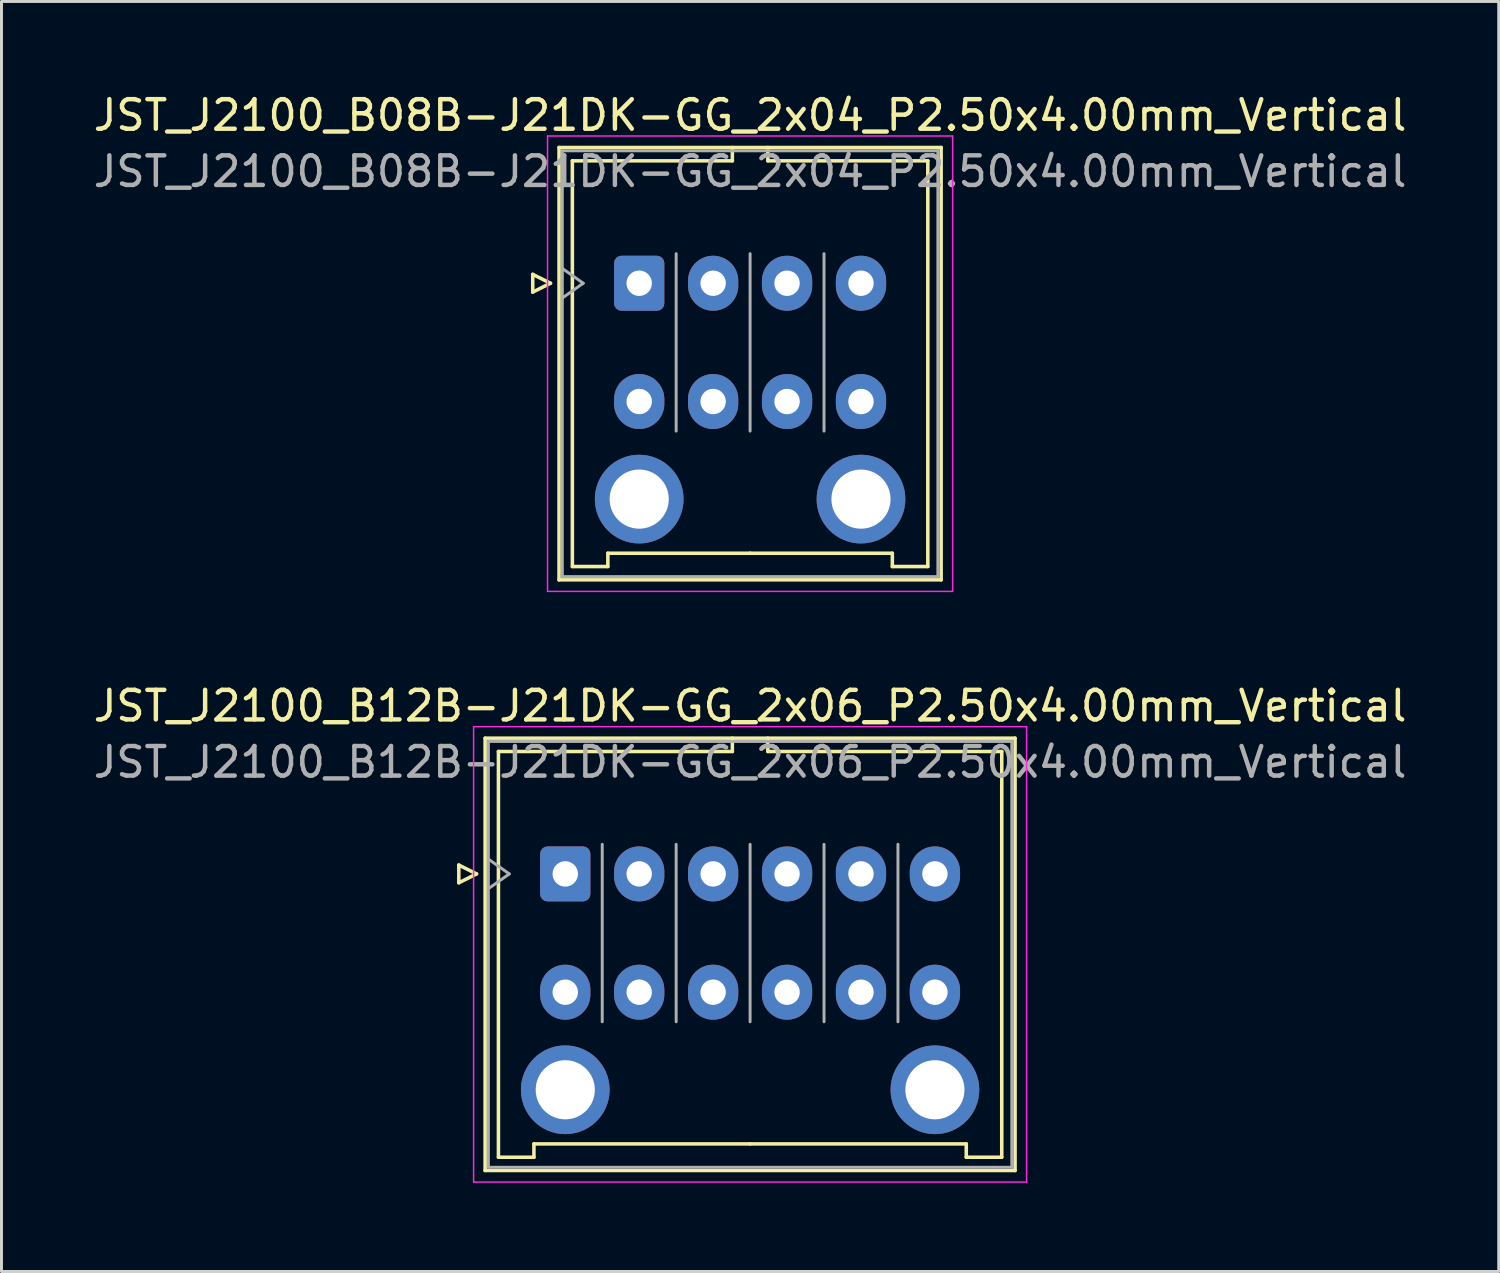
<source format=kicad_pcb>
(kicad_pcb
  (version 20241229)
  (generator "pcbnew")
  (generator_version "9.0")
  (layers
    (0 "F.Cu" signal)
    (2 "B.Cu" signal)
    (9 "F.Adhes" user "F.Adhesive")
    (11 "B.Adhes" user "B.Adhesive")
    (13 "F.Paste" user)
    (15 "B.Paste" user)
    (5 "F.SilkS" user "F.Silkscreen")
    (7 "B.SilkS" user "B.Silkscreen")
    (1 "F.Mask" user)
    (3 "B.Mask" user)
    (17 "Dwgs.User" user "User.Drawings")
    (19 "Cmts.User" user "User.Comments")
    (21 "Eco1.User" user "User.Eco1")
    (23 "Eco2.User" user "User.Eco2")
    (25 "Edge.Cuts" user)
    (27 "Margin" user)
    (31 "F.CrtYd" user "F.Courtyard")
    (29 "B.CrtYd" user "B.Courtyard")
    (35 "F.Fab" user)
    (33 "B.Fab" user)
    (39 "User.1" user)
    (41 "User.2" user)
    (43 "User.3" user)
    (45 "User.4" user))
  (footprint "JST_J2100_B08B-J21DK-GG_2x04_P2.50x4.00mm_Vertical"
    (layer "F.Cu")
    (at 18.565 6.528)
    (property "Reference" "JST_J2100_B08B-J21DK-GG_2x04_P2.50x4.00mm_Vertical" (at 3.75 -5.68 0) (layer "F.SilkS") (effects (font (size 1 1) (thickness 0.15))))
    (attr through_hole)
    (fp_line (start -3.6 -0.3) (end -3 0) (stroke (width 0.12) (type solid)) (layer "F.SilkS"))
    (fp_line (start -3.6 0.3) (end -3.6 -0.3) (stroke (width 0.12) (type solid)) (layer "F.SilkS"))
    (fp_line (start -3 0) (end -3.6 0.3) (stroke (width 0.12) (type solid)) (layer "F.SilkS"))
    (fp_line (start -2.71 -4.59) (end -2.71 10.03) (stroke (width 0.12) (type solid)) (layer "F.SilkS"))
    (fp_line (start -2.71 10.03) (end 10.21 10.03) (stroke (width 0.12) (type solid)) (layer "F.SilkS"))
    (fp_line (start -2.26 -4.14) (end -2.26 9.58) (stroke (width 0.12) (type solid)) (layer "F.SilkS"))
    (fp_line (start -2.26 9.58) (end -1.06 9.58) (stroke (width 0.12) (type solid)) (layer "F.SilkS"))
    (fp_line (start -1.06 9.13) (end 3.75 9.13) (stroke (width 0.12) (type solid)) (layer "F.SilkS"))
    (fp_line (start -1.06 9.58) (end -1.06 9.13) (stroke (width 0.12) (type solid)) (layer "F.SilkS"))
    (fp_line (start 3.15 -4.59) (end 3.15 -4.14) (stroke (width 0.12) (type solid)) (layer "F.SilkS"))
    (fp_line (start 3.15 -4.14) (end -2.26 -4.14) (stroke (width 0.12) (type solid)) (layer "F.SilkS"))
    (fp_line (start 4.35 -4.59) (end 4.35 -4.14) (stroke (width 0.12) (type solid)) (layer "F.SilkS"))
    (fp_line (start 4.35 -4.14) (end 9.76 -4.14) (stroke (width 0.12) (type solid)) (layer "F.SilkS"))
    (fp_line (start 8.56 9.13) (end 3.75 9.13) (stroke (width 0.12) (type solid)) (layer "F.SilkS"))
    (fp_line (start 8.56 9.58) (end 8.56 9.13) (stroke (width 0.12) (type solid)) (layer "F.SilkS"))
    (fp_line (start 9.76 -4.14) (end 9.76 9.58) (stroke (width 0.12) (type solid)) (layer "F.SilkS"))
    (fp_line (start 9.76 9.58) (end 8.56 9.58) (stroke (width 0.12) (type solid)) (layer "F.SilkS"))
    (fp_line (start 10.21 -4.59) (end -2.71 -4.59) (stroke (width 0.12) (type solid)) (layer "F.SilkS"))
    (fp_line (start 10.21 10.03) (end 10.21 -4.59) (stroke (width 0.12) (type solid)) (layer "F.SilkS"))
    (fp_line (start -3.1 -4.98) (end -3.1 10.42) (stroke (width 0.05) (type solid)) (layer "F.CrtYd"))
    (fp_line (start -3.1 10.42) (end 10.6 10.42) (stroke (width 0.05) (type solid)) (layer "F.CrtYd"))
    (fp_line (start 10.6 -4.98) (end -3.1 -4.98) (stroke (width 0.05) (type solid)) (layer "F.CrtYd"))
    (fp_line (start 10.6 10.42) (end 10.6 -4.98) (stroke (width 0.05) (type solid)) (layer "F.CrtYd"))
    (fp_line (start -2.6 -4.48) (end -2.6 9.92) (stroke (width 0.1) (type solid)) (layer "F.Fab"))
    (fp_line (start -2.6 0.5) (end -1.893 0) (stroke (width 0.1) (type solid)) (layer "F.Fab"))
    (fp_line (start -2.6 9.92) (end 10.1 9.92) (stroke (width 0.1) (type solid)) (layer "F.Fab"))
    (fp_line (start -1.893 0) (end -2.6 -0.5) (stroke (width 0.1) (type solid)) (layer "F.Fab"))
    (fp_line (start 1.25 5) (end 1.25 -1) (stroke (width 0.1) (type solid)) (layer "F.Fab"))
    (fp_line (start 3.75 5) (end 3.75 -1) (stroke (width 0.1) (type solid)) (layer "F.Fab"))
    (fp_line (start 6.25 5) (end 6.25 -1) (stroke (width 0.1) (type solid)) (layer "F.Fab"))
    (fp_line (start 10.1 -4.48) (end -2.6 -4.48) (stroke (width 0.1) (type solid)) (layer "F.Fab"))
    (fp_line (start 10.1 9.92) (end 10.1 -4.48) (stroke (width 0.1) (type solid)) (layer "F.Fab"))
    (fp_text user "${REFERENCE}" (at 3.75 -3.78 0) (layer "F.Fab") (effects (font (size 1 1) (thickness 0.15))))
    (pad "" thru_hole circle (at 0 7.3) (size 3 3) (drill 2) (layers "*.Cu" "*.Mask"))
    (pad "" thru_hole circle (at 7.5 7.3) (size 3 3) (drill 2) (layers "*.Cu" "*.Mask"))
    (pad "a1" thru_hole roundrect (at 0 0) (size 1.7 1.86) (drill 0.86) (layers "*.Cu" "*.Mask") (roundrect_rratio 0.147))
    (pad "a2" thru_hole oval (at 2.5 0) (size 1.7 1.86) (drill 0.86) (layers "*.Cu" "*.Mask"))
    (pad "a3" thru_hole oval (at 5 0) (size 1.7 1.86) (drill 0.86) (layers "*.Cu" "*.Mask"))
    (pad "a4" thru_hole oval (at 7.5 0) (size 1.7 1.86) (drill 0.86) (layers "*.Cu" "*.Mask"))
    (pad "b1" thru_hole oval (at 0 4) (size 1.7 1.86) (drill 0.86) (layers "*.Cu" "*.Mask"))
    (pad "b2" thru_hole oval (at 2.5 4) (size 1.7 1.86) (drill 0.86) (layers "*.Cu" "*.Mask"))
    (pad "b3" thru_hole oval (at 5 4) (size 1.7 1.86) (drill 0.86) (layers "*.Cu" "*.Mask"))
    (pad "b4" thru_hole oval (at 7.5 4) (size 1.7 1.86) (drill 0.86) (layers "*.Cu" "*.Mask")))
  (footprint "JST_J2100_B12B-J21DK-GG_2x06_P2.50x4.00mm_Vertical"
    (layer "F.Cu")
    (at 16.065 26.502)
    (property "Reference" "JST_J2100_B12B-J21DK-GG_2x06_P2.50x4.00mm_Vertical" (at 6.25 -5.68 0) (layer "F.SilkS") (effects (font (size 1 1) (thickness 0.15))))
    (attr through_hole)
    (fp_line (start -3.6 -0.3) (end -3 0) (stroke (width 0.12) (type solid)) (layer "F.SilkS"))
    (fp_line (start -3.6 0.3) (end -3.6 -0.3) (stroke (width 0.12) (type solid)) (layer "F.SilkS"))
    (fp_line (start -3 0) (end -3.6 0.3) (stroke (width 0.12) (type solid)) (layer "F.SilkS"))
    (fp_line (start -2.71 -4.59) (end -2.71 10.03) (stroke (width 0.12) (type solid)) (layer "F.SilkS"))
    (fp_line (start -2.71 10.03) (end 15.21 10.03) (stroke (width 0.12) (type solid)) (layer "F.SilkS"))
    (fp_line (start -2.26 -4.14) (end -2.26 9.58) (stroke (width 0.12) (type solid)) (layer "F.SilkS"))
    (fp_line (start -2.26 9.58) (end -1.06 9.58) (stroke (width 0.12) (type solid)) (layer "F.SilkS"))
    (fp_line (start -1.06 9.13) (end 6.25 9.13) (stroke (width 0.12) (type solid)) (layer "F.SilkS"))
    (fp_line (start -1.06 9.58) (end -1.06 9.13) (stroke (width 0.12) (type solid)) (layer "F.SilkS"))
    (fp_line (start 5.65 -4.59) (end 5.65 -4.14) (stroke (width 0.12) (type solid)) (layer "F.SilkS"))
    (fp_line (start 5.65 -4.14) (end -2.26 -4.14) (stroke (width 0.12) (type solid)) (layer "F.SilkS"))
    (fp_line (start 6.85 -4.59) (end 6.85 -4.14) (stroke (width 0.12) (type solid)) (layer "F.SilkS"))
    (fp_line (start 6.85 -4.14) (end 14.76 -4.14) (stroke (width 0.12) (type solid)) (layer "F.SilkS"))
    (fp_line (start 13.56 9.13) (end 6.25 9.13) (stroke (width 0.12) (type solid)) (layer "F.SilkS"))
    (fp_line (start 13.56 9.58) (end 13.56 9.13) (stroke (width 0.12) (type solid)) (layer "F.SilkS"))
    (fp_line (start 14.76 -4.14) (end 14.76 9.58) (stroke (width 0.12) (type solid)) (layer "F.SilkS"))
    (fp_line (start 14.76 9.58) (end 13.56 9.58) (stroke (width 0.12) (type solid)) (layer "F.SilkS"))
    (fp_line (start 15.21 -4.59) (end -2.71 -4.59) (stroke (width 0.12) (type solid)) (layer "F.SilkS"))
    (fp_line (start 15.21 10.03) (end 15.21 -4.59) (stroke (width 0.12) (type solid)) (layer "F.SilkS"))
    (fp_line (start -3.1 -4.98) (end -3.1 10.42) (stroke (width 0.05) (type solid)) (layer "F.CrtYd"))
    (fp_line (start -3.1 10.42) (end 15.6 10.42) (stroke (width 0.05) (type solid)) (layer "F.CrtYd"))
    (fp_line (start 15.6 -4.98) (end -3.1 -4.98) (stroke (width 0.05) (type solid)) (layer "F.CrtYd"))
    (fp_line (start 15.6 10.42) (end 15.6 -4.98) (stroke (width 0.05) (type solid)) (layer "F.CrtYd"))
    (fp_line (start -2.6 -4.48) (end -2.6 9.92) (stroke (width 0.1) (type solid)) (layer "F.Fab"))
    (fp_line (start -2.6 0.5) (end -1.893 0) (stroke (width 0.1) (type solid)) (layer "F.Fab"))
    (fp_line (start -2.6 9.92) (end 15.1 9.92) (stroke (width 0.1) (type solid)) (layer "F.Fab"))
    (fp_line (start -1.893 0) (end -2.6 -0.5) (stroke (width 0.1) (type solid)) (layer "F.Fab"))
    (fp_line (start 1.25 5) (end 1.25 -1) (stroke (width 0.1) (type solid)) (layer "F.Fab"))
    (fp_line (start 3.75 5) (end 3.75 -1) (stroke (width 0.1) (type solid)) (layer "F.Fab"))
    (fp_line (start 6.25 5) (end 6.25 -1) (stroke (width 0.1) (type solid)) (layer "F.Fab"))
    (fp_line (start 8.75 5) (end 8.75 -1) (stroke (width 0.1) (type solid)) (layer "F.Fab"))
    (fp_line (start 11.25 5) (end 11.25 -1) (stroke (width 0.1) (type solid)) (layer "F.Fab"))
    (fp_line (start 15.1 -4.48) (end -2.6 -4.48) (stroke (width 0.1) (type solid)) (layer "F.Fab"))
    (fp_line (start 15.1 9.92) (end 15.1 -4.48) (stroke (width 0.1) (type solid)) (layer "F.Fab"))
    (fp_text user "${REFERENCE}" (at 6.25 -3.78 0) (layer "F.Fab") (effects (font (size 1 1) (thickness 0.15))))
    (pad "" thru_hole circle (at 0 7.3) (size 3 3) (drill 2) (layers "*.Cu" "*.Mask"))
    (pad "" thru_hole circle (at 12.5 7.3) (size 3 3) (drill 2) (layers "*.Cu" "*.Mask"))
    (pad "a1" thru_hole roundrect (at 0 0) (size 1.7 1.86) (drill 0.86) (layers "*.Cu" "*.Mask") (roundrect_rratio 0.147))
    (pad "a2" thru_hole oval (at 2.5 0) (size 1.7 1.86) (drill 0.86) (layers "*.Cu" "*.Mask"))
    (pad "a3" thru_hole oval (at 5 0) (size 1.7 1.86) (drill 0.86) (layers "*.Cu" "*.Mask"))
    (pad "a4" thru_hole oval (at 7.5 0) (size 1.7 1.86) (drill 0.86) (layers "*.Cu" "*.Mask"))
    (pad "a5" thru_hole oval (at 10 0) (size 1.7 1.86) (drill 0.86) (layers "*.Cu" "*.Mask"))
    (pad "a6" thru_hole oval (at 12.5 0) (size 1.7 1.86) (drill 0.86) (layers "*.Cu" "*.Mask"))
    (pad "b1" thru_hole oval (at 0 4) (size 1.7 1.86) (drill 0.86) (layers "*.Cu" "*.Mask"))
    (pad "b2" thru_hole oval (at 2.5 4) (size 1.7 1.86) (drill 0.86) (layers "*.Cu" "*.Mask"))
    (pad "b3" thru_hole oval (at 5 4) (size 1.7 1.86) (drill 0.86) (layers "*.Cu" "*.Mask"))
    (pad "b4" thru_hole oval (at 7.5 4) (size 1.7 1.86) (drill 0.86) (layers "*.Cu" "*.Mask"))
    (pad "b5" thru_hole oval (at 10 4) (size 1.7 1.86) (drill 0.86) (layers "*.Cu" "*.Mask"))
    (pad "b6" thru_hole oval (at 12.5 4) (size 1.7 1.86) (drill 0.86) (layers "*.Cu" "*.Mask")))
  (gr_rect
    (start -3 -3)
    (end 47.631 39.947)
    (stroke (width 0.1) (type default))
    (fill no)
    (layer "Edge.Cuts")))
</source>
